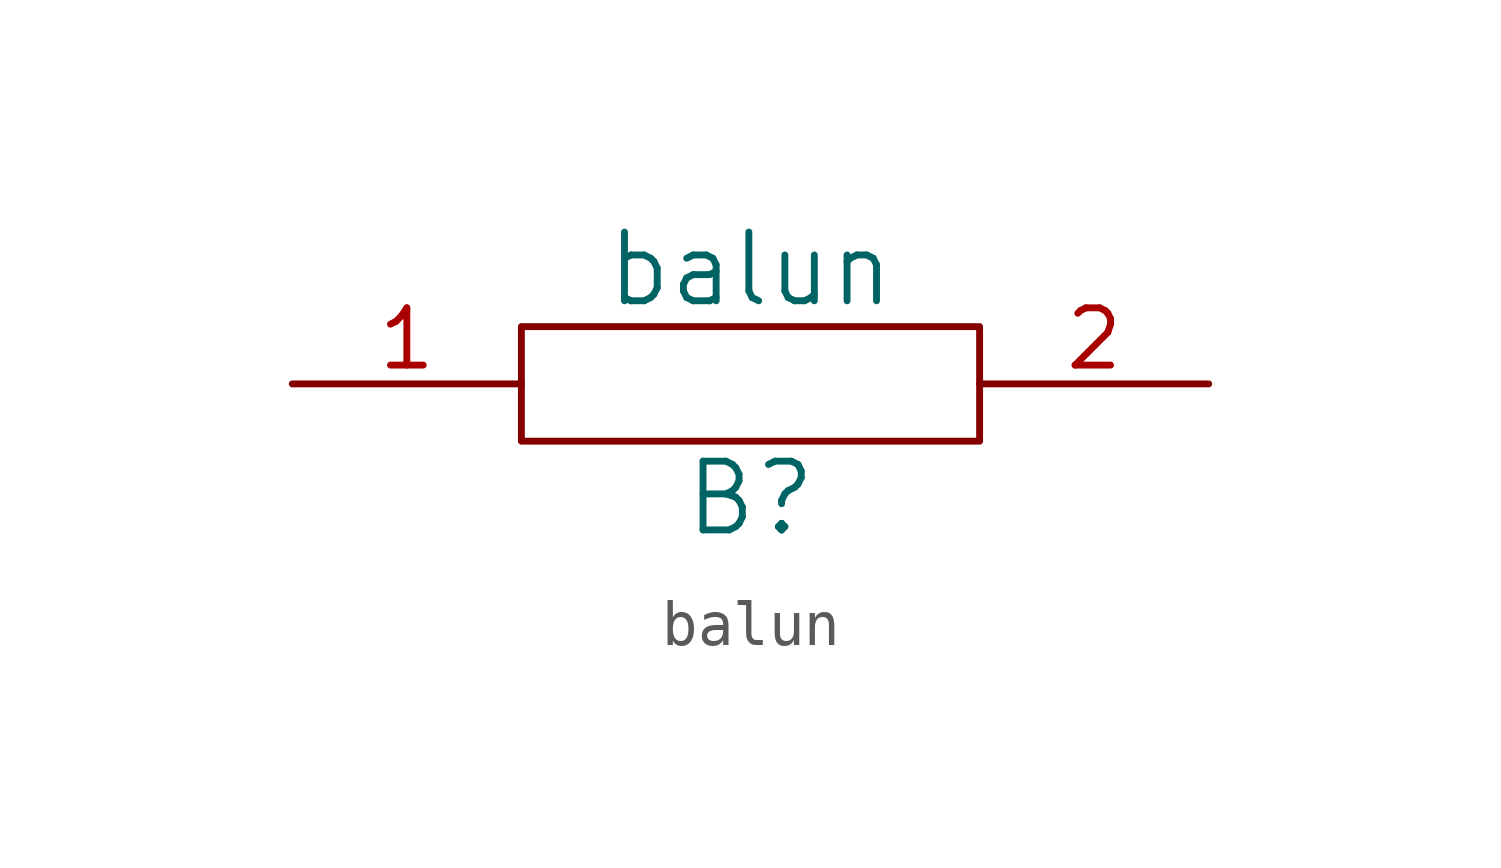
<source format=kicad_sym>
(kicad_symbol_lib
  (version 20211014)
  (generator kicad_symbol_editor)
  (symbol "balun"
    (pin_names
      (offset 1.016))
    (property "Reference" "B"
      (at 0 -2.54 0)
      (effects (font (size 1.524 1.524))))
    (property "Value" "balun"
      (at 0 2.54 0)
      (effects (font (size 1.524 1.524))))
    (symbol "balun_0_1"
      (rectangle (start -5.08 1.27) (end 5.08 -1.27) (stroke (width 0) (type default) (color 0 0 0 0)) (fill (type none))))
    (symbol "balun_1_1"
      (pin input line (at -10.16 0 0) (length 5.08) (name "~" (effects (font (size 1.27 1.27)))) (number "1" (effects (font (size 1.27 1.27)))))
      (pin input line (at 10.16 0 180) (length 5.08) (name "~" (effects (font (size 1.27 1.27)))) (number "2" (effects (font (size 1.27 1.27))))))))
</source>
